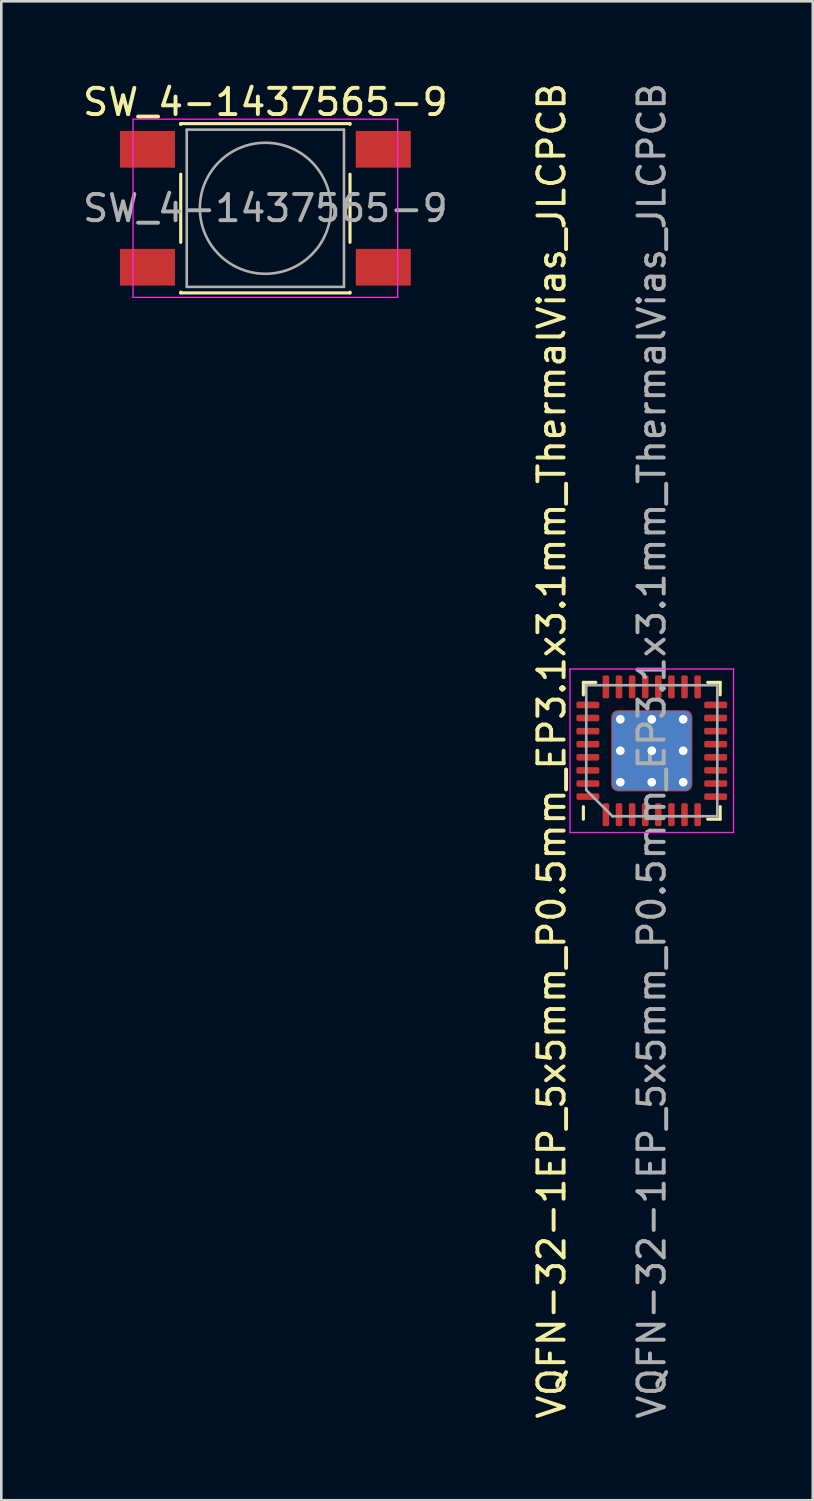
<source format=kicad_pcb>
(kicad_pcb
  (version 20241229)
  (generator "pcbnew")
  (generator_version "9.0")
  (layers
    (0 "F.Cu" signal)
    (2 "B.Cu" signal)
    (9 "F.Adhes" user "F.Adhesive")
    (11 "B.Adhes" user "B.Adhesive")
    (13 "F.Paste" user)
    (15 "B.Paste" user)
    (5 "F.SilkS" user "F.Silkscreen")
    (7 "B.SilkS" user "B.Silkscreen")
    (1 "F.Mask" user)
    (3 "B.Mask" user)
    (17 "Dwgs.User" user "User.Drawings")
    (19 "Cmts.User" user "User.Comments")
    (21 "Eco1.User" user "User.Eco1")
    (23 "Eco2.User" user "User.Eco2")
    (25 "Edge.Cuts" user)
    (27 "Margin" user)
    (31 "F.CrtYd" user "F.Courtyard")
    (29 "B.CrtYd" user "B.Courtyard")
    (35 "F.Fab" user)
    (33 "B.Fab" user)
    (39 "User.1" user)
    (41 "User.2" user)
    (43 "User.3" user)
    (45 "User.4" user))
  (footprint "SW_4-1437565-9"
    (layer "F.Cu")
    (at 7.077 4.898)
    (property "Reference" "SW_4-1437565-9" (at 0 -4.05 0) (layer "F.SilkS") (effects (font (size 1 1) (thickness 0.15))))
    (attr smd)
    (fp_line (start -3.23 -3.23) (end 3.23 -3.23) (stroke (width 0.12) (type solid)) (layer "F.SilkS"))
    (fp_line (start -3.23 -3.2) (end -3.23 -3.23) (stroke (width 0.12) (type solid)) (layer "F.SilkS"))
    (fp_line (start -3.23 -1.3) (end -3.23 1.3) (stroke (width 0.12) (type solid)) (layer "F.SilkS"))
    (fp_line (start -3.23 3.23) (end -3.23 3.2) (stroke (width 0.12) (type solid)) (layer "F.SilkS"))
    (fp_line (start -3.23 3.23) (end 3.23 3.23) (stroke (width 0.12) (type solid)) (layer "F.SilkS"))
    (fp_line (start 3.23 -3.23) (end 3.23 -3.2) (stroke (width 0.12) (type solid)) (layer "F.SilkS"))
    (fp_line (start 3.23 -1.3) (end 3.23 1.3) (stroke (width 0.12) (type solid)) (layer "F.SilkS"))
    (fp_line (start 3.23 3.23) (end 3.23 3.2) (stroke (width 0.12) (type solid)) (layer "F.SilkS"))
    (fp_line (start -5.05 -3.4) (end -5.05 3.4) (stroke (width 0.05) (type solid)) (layer "F.CrtYd"))
    (fp_line (start -5.05 -3.4) (end 5.05 -3.4) (stroke (width 0.05) (type solid)) (layer "F.CrtYd"))
    (fp_line (start -5.05 3.4) (end 5.05 3.4) (stroke (width 0.05) (type solid)) (layer "F.CrtYd"))
    (fp_line (start 5.05 3.4) (end 5.05 -3.4) (stroke (width 0.05) (type solid)) (layer "F.CrtYd"))
    (fp_line (start -3 -3) (end -3 3) (stroke (width 0.1) (type solid)) (layer "F.Fab"))
    (fp_line (start -3 3) (end 3 3) (stroke (width 0.1) (type solid)) (layer "F.Fab"))
    (fp_line (start 3 -3) (end -3 -3) (stroke (width 0.1) (type solid)) (layer "F.Fab"))
    (fp_line (start 3 3) (end 3 -3) (stroke (width 0.1) (type solid)) (layer "F.Fab"))
    (fp_circle (center 0 0) (end 2.5 0) (stroke (width 0.1) (type solid)) (fill no) (layer "F.Fab"))
    (fp_text user "${REFERENCE}" (at 0 0 0) (layer "F.Fab") (effects (font (size 1 1) (thickness 0.15))))
    (pad "1" smd rect (at -4.5 -2.25) (size 2.1 1.4) (layers "F.Cu" "F.Mask" "F.Paste"))
    (pad "1" smd rect (at 4.5 -2.25) (size 2.1 1.4) (layers "F.Cu" "F.Mask" "F.Paste"))
    (pad "2" smd rect (at -4.5 2.25) (size 2.1 1.4) (layers "F.Cu" "F.Mask" "F.Paste"))
    (pad "2" smd rect (at 4.5 2.25) (size 2.1 1.4) (layers "F.Cu" "F.Mask" "F.Paste")))
  (footprint "VQFN-32-1EP_5x5mm_P0.5mm_EP3.1x3.1mm_ThermalVias_JLCPCB"
    (layer "F.Cu")
    (at 21.823 25.601)
    (property "Reference" "VQFN-32-1EP_5x5mm_P0.5mm_EP3.1x3.1mm_ThermalVias_JLCPCB" (at -3.82 0 90) (layer "F.SilkS") (effects (font (size 1 1) (thickness 0.15))))
    (attr smd)
    (fp_line (start -2.61 -2.61) (end -2.135 -2.61) (stroke (width 0.12) (type solid)) (layer "F.SilkS"))
    (fp_line (start -2.61 -2.135) (end -2.61 -2.61) (stroke (width 0.12) (type solid)) (layer "F.SilkS"))
    (fp_line (start -2.61 2.135) (end -2.61 2.61) (stroke (width 0.12) (type solid)) (layer "F.SilkS"))
    (fp_line (start 2.61 -2.61) (end 2.135 -2.61) (stroke (width 0.12) (type solid)) (layer "F.SilkS"))
    (fp_line (start 2.61 -2.135) (end 2.61 -2.61) (stroke (width 0.12) (type solid)) (layer "F.SilkS"))
    (fp_line (start 2.61 2.135) (end 2.61 2.61) (stroke (width 0.12) (type solid)) (layer "F.SilkS"))
    (fp_line (start 2.61 2.61) (end 2.135 2.61) (stroke (width 0.12) (type solid)) (layer "F.SilkS"))
    (fp_line (start -3.12 -3.12) (end -3.12 3.12) (stroke (width 0.05) (type solid)) (layer "F.CrtYd"))
    (fp_line (start -3.12 3.12) (end 3.12 3.12) (stroke (width 0.05) (type solid)) (layer "F.CrtYd"))
    (fp_line (start 3.12 -3.12) (end -3.12 -3.12) (stroke (width 0.05) (type solid)) (layer "F.CrtYd"))
    (fp_line (start 3.12 3.12) (end 3.12 -3.12) (stroke (width 0.05) (type solid)) (layer "F.CrtYd"))
    (fp_line (start -2.5 -2.5) (end 2.5 -2.5) (stroke (width 0.1) (type solid)) (layer "F.Fab"))
    (fp_line (start -2.5 1.5) (end -2.5 -2.5) (stroke (width 0.1) (type solid)) (layer "F.Fab"))
    (fp_line (start -1.5 2.5) (end -2.5 1.5) (stroke (width 0.1) (type solid)) (layer "F.Fab"))
    (fp_line (start 2.5 -2.5) (end 2.5 2.5) (stroke (width 0.1) (type solid)) (layer "F.Fab"))
    (fp_line (start 2.5 2.5) (end -1.5 2.5) (stroke (width 0.1) (type solid)) (layer "F.Fab"))
    (fp_text user "${REFERENCE}" (at 0 0 90) (layer "F.Fab") (effects (font (size 1 1) (thickness 0.15))))
    (pad "" smd roundrect (at -0.775 -0.775 90) (size 1.3 1.3) (layers "F.Paste") (roundrect_rratio 0.192))
    (pad "" smd roundrect (at -0.775 0.775 90) (size 1.3 1.3) (layers "F.Paste") (roundrect_rratio 0.192))
    (pad "" smd roundrect (at 0.775 -0.775 90) (size 1.3 1.3) (layers "F.Paste") (roundrect_rratio 0.192))
    (pad "" smd roundrect (at 0.775 0.775 90) (size 1.3 1.3) (layers "F.Paste") (roundrect_rratio 0.192))
    (pad "1" smd roundrect (at -1.75 2.438 90) (size 0.875 0.25) (layers "F.Cu" "F.Mask" "F.Paste") (roundrect_rratio 0.25))
    (pad "2" smd roundrect (at -1.25 2.438 90) (size 0.875 0.25) (layers "F.Cu" "F.Mask" "F.Paste") (roundrect_rratio 0.25))
    (pad "3" smd roundrect (at -0.75 2.438 90) (size 0.875 0.25) (layers "F.Cu" "F.Mask" "F.Paste") (roundrect_rratio 0.25))
    (pad "4" smd roundrect (at -0.25 2.438 90) (size 0.875 0.25) (layers "F.Cu" "F.Mask" "F.Paste") (roundrect_rratio 0.25))
    (pad "5" smd roundrect (at 0.25 2.438 90) (size 0.875 0.25) (layers "F.Cu" "F.Mask" "F.Paste") (roundrect_rratio 0.25))
    (pad "6" smd roundrect (at 0.75 2.438 90) (size 0.875 0.25) (layers "F.Cu" "F.Mask" "F.Paste") (roundrect_rratio 0.25))
    (pad "7" smd roundrect (at 1.25 2.438 90) (size 0.875 0.25) (layers "F.Cu" "F.Mask" "F.Paste") (roundrect_rratio 0.25))
    (pad "8" smd roundrect (at 1.75 2.438 90) (size 0.875 0.25) (layers "F.Cu" "F.Mask" "F.Paste") (roundrect_rratio 0.25))
    (pad "9" smd roundrect (at 2.438 1.75 90) (size 0.25 0.875) (layers "F.Cu" "F.Mask" "F.Paste") (roundrect_rratio 0.25))
    (pad "10" smd roundrect (at 2.438 1.25 90) (size 0.25 0.875) (layers "F.Cu" "F.Mask" "F.Paste") (roundrect_rratio 0.25))
    (pad "11" smd roundrect (at 2.438 0.75 90) (size 0.25 0.875) (layers "F.Cu" "F.Mask" "F.Paste") (roundrect_rratio 0.25))
    (pad "12" smd roundrect (at 2.438 0.25 90) (size 0.25 0.875) (layers "F.Cu" "F.Mask" "F.Paste") (roundrect_rratio 0.25))
    (pad "13" smd roundrect (at 2.438 -0.25 90) (size 0.25 0.875) (layers "F.Cu" "F.Mask" "F.Paste") (roundrect_rratio 0.25))
    (pad "14" smd roundrect (at 2.438 -0.75 90) (size 0.25 0.875) (layers "F.Cu" "F.Mask" "F.Paste") (roundrect_rratio 0.25))
    (pad "15" smd roundrect (at 2.438 -1.25 90) (size 0.25 0.875) (layers "F.Cu" "F.Mask" "F.Paste") (roundrect_rratio 0.25))
    (pad "16" smd roundrect (at 2.438 -1.75 90) (size 0.25 0.875) (layers "F.Cu" "F.Mask" "F.Paste") (roundrect_rratio 0.25))
    (pad "17" smd roundrect (at 1.75 -2.438 90) (size 0.875 0.25) (layers "F.Cu" "F.Mask" "F.Paste") (roundrect_rratio 0.25))
    (pad "18" smd roundrect (at 1.25 -2.438 90) (size 0.875 0.25) (layers "F.Cu" "F.Mask" "F.Paste") (roundrect_rratio 0.25))
    (pad "19" smd roundrect (at 0.75 -2.438 90) (size 0.875 0.25) (layers "F.Cu" "F.Mask" "F.Paste") (roundrect_rratio 0.25))
    (pad "20" smd roundrect (at 0.25 -2.438 90) (size 0.875 0.25) (layers "F.Cu" "F.Mask" "F.Paste") (roundrect_rratio 0.25))
    (pad "21" smd roundrect (at -0.25 -2.438 90) (size 0.875 0.25) (layers "F.Cu" "F.Mask" "F.Paste") (roundrect_rratio 0.25))
    (pad "22" smd roundrect (at -0.75 -2.438 90) (size 0.875 0.25) (layers "F.Cu" "F.Mask" "F.Paste") (roundrect_rratio 0.25))
    (pad "23" smd roundrect (at -1.25 -2.438 90) (size 0.875 0.25) (layers "F.Cu" "F.Mask" "F.Paste") (roundrect_rratio 0.25))
    (pad "24" smd roundrect (at -1.75 -2.438 90) (size 0.875 0.25) (layers "F.Cu" "F.Mask" "F.Paste") (roundrect_rratio 0.25))
    (pad "25" smd roundrect (at -2.438 -1.75 90) (size 0.25 0.875) (layers "F.Cu" "F.Mask" "F.Paste") (roundrect_rratio 0.25))
    (pad "26" smd roundrect (at -2.438 -1.25 90) (size 0.25 0.875) (layers "F.Cu" "F.Mask" "F.Paste") (roundrect_rratio 0.25))
    (pad "27" smd roundrect (at -2.438 -0.75 90) (size 0.25 0.875) (layers "F.Cu" "F.Mask" "F.Paste") (roundrect_rratio 0.25))
    (pad "28" smd roundrect (at -2.438 -0.25 90) (size 0.25 0.875) (layers "F.Cu" "F.Mask" "F.Paste") (roundrect_rratio 0.25))
    (pad "29" smd roundrect (at -2.438 0.25 90) (size 0.25 0.875) (layers "F.Cu" "F.Mask" "F.Paste") (roundrect_rratio 0.25))
    (pad "30" smd roundrect (at -2.438 0.75 90) (size 0.25 0.875) (layers "F.Cu" "F.Mask" "F.Paste") (roundrect_rratio 0.25))
    (pad "31" smd roundrect (at -2.438 1.25 90) (size 0.25 0.875) (layers "F.Cu" "F.Mask" "F.Paste") (roundrect_rratio 0.25))
    (pad "32" smd roundrect (at -2.438 1.75 90) (size 0.25 0.875) (layers "F.Cu" "F.Mask" "F.Paste") (roundrect_rratio 0.25))
    (pad "33" thru_hole circle (at -1.2 -1.2 90) (size 0.63 0.63) (drill 0.33) (layers "*.Cu"))
    (pad "33" thru_hole circle (at -1.2 0 90) (size 0.63 0.63) (drill 0.33) (layers "*.Cu"))
    (pad "33" thru_hole circle (at -1.2 1.2 90) (size 0.63 0.63) (drill 0.33) (layers "*.Cu"))
    (pad "33" thru_hole circle (at 0 -1.2 90) (size 0.63 0.63) (drill 0.33) (layers "*.Cu"))
    (pad "33" thru_hole circle (at 0 0 90) (size 0.63 0.63) (drill 0.33) (layers "*.Cu"))
    (pad "33" smd roundrect (at 0 0 90) (size 3.03 3.03) (layers "B.Cu") (roundrect_rratio 0.083))
    (pad "33" smd roundrect (at 0 0 90) (size 3.1 3.1) (layers "F.Cu" "F.Mask") (roundrect_rratio 0.081))
    (pad "33" thru_hole circle (at 0 1.2 90) (size 0.63 0.63) (drill 0.33) (layers "*.Cu"))
    (pad "33" thru_hole circle (at 1.2 -1.2 90) (size 0.63 0.63) (drill 0.33) (layers "*.Cu"))
    (pad "33" thru_hole circle (at 1.2 0 90) (size 0.63 0.63) (drill 0.33) (layers "*.Cu"))
    (pad "33" thru_hole circle (at 1.2 1.2 90) (size 0.63 0.63) (drill 0.33) (layers "*.Cu")))
  (gr_rect
    (start -3 -3)
    (end 27.968 54.202)
    (stroke (width 0.1) (type default))
    (fill no)
    (layer "Edge.Cuts")))
</source>
